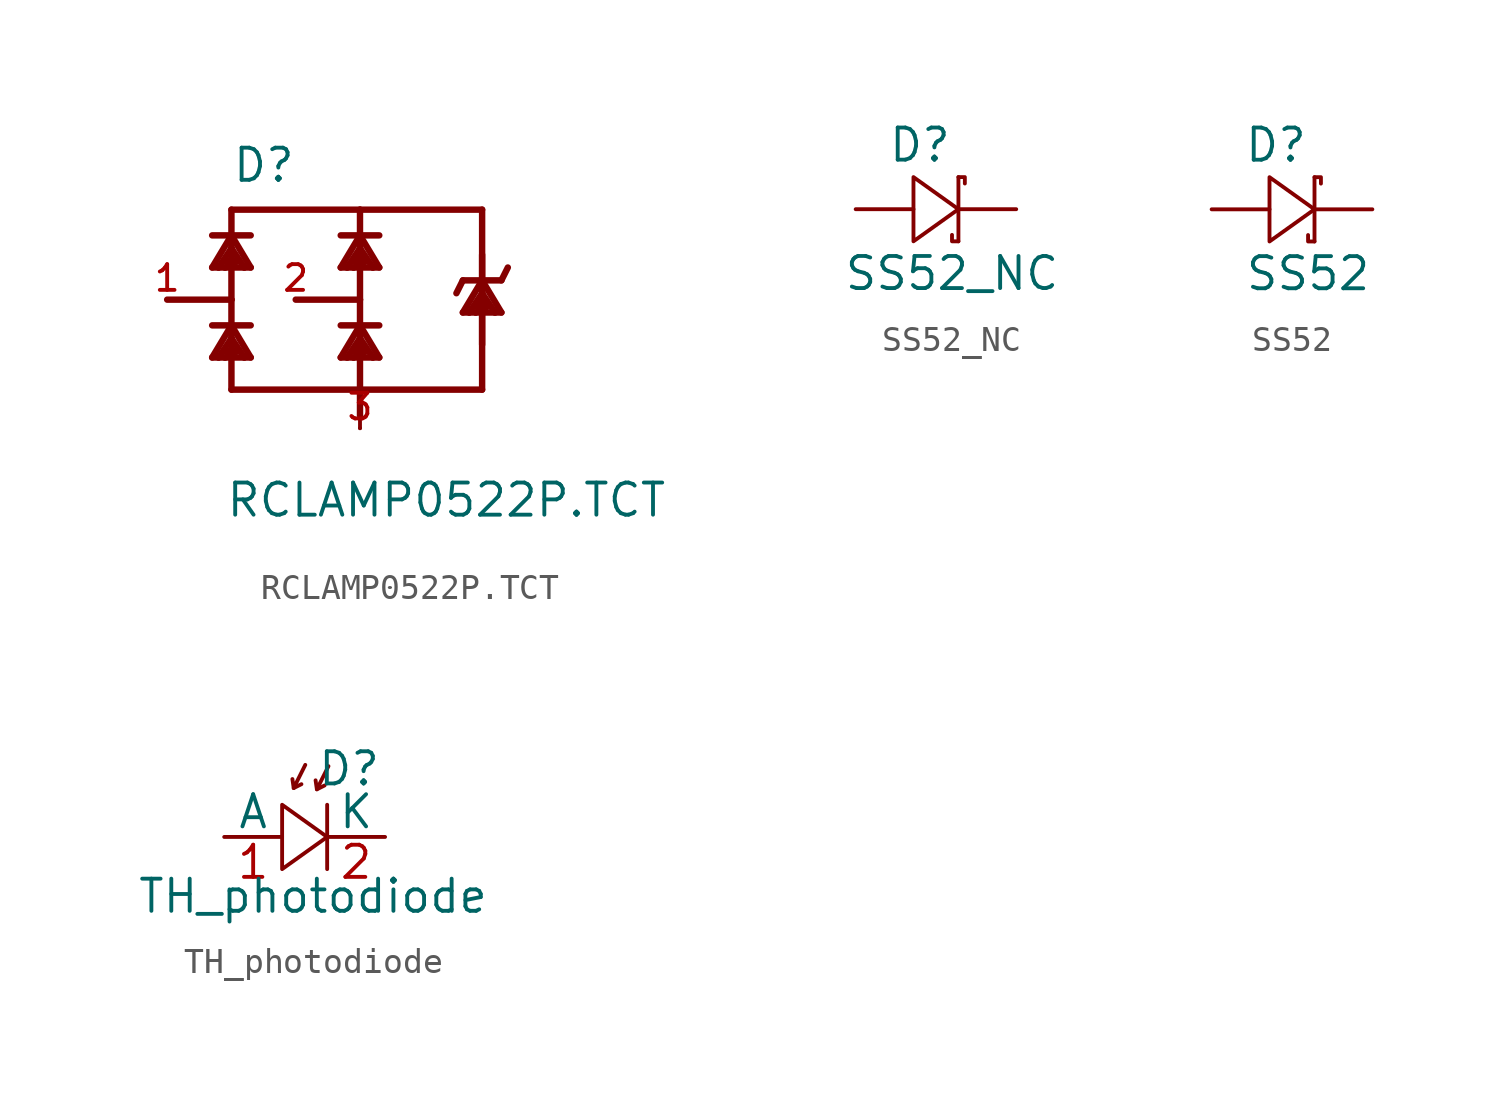
<source format=kicad_sym>
(kicad_symbol_lib
  (version 20211014)
  (generator kicad_symbol_editor)
  (symbol "RCLAMP0522P.TCT"
    (pin_names
      (offset 1.016) hide)
    (property "Reference" "D"
      (at -5.08 4.572 0)
      (effects (font (size 1.27 1.27)) (justify left bottom)))
    (property "Value" "RCLAMP0522P.TCT"
      (at -5.334 -8.661 0)
      (effects (font (size 1.27 1.27)) (justify left bottom)))
    (symbol "RCLAMP0522P.TCT_0_0"
      (polyline (pts (xy -7.62 0) (xy -5.08 0)) (stroke (width 0.254) (type default) (color 0 0 0 0)) (fill (type none)))
      (polyline (pts (xy -5.842 -1.016) (xy -4.318 -1.016)) (stroke (width 0.254) (type default) (color 0 0 0 0)) (fill (type none)))
      (polyline (pts (xy -5.842 2.54) (xy -4.318 2.54)) (stroke (width 0.254) (type default) (color 0 0 0 0)) (fill (type none)))
      (polyline (pts (xy -5.588 -2.286) (xy -5.842 -2.286)) (stroke (width 0.254) (type default) (color 0 0 0 0)) (fill (type none)))
      (polyline (pts (xy -5.588 -2.286) (xy -5.334 -2.286)) (stroke (width 0.254) (type default) (color 0 0 0 0)) (fill (type none)))
      (polyline (pts (xy -5.588 1.27) (xy -5.842 1.27)) (stroke (width 0.254) (type default) (color 0 0 0 0)) (fill (type none)))
      (polyline (pts (xy -5.588 1.27) (xy -5.334 1.27)) (stroke (width 0.254) (type default) (color 0 0 0 0)) (fill (type none)))
      (polyline (pts (xy -5.334 -2.286) (xy -4.826 -2.032)) (stroke (width 0.254) (type default) (color 0 0 0 0)) (fill (type none)))
      (polyline (pts (xy -5.334 -2.286) (xy -4.572 -2.286)) (stroke (width 0.254) (type default) (color 0 0 0 0)) (fill (type none)))
      (polyline (pts (xy -5.334 1.27) (xy -4.826 1.524)) (stroke (width 0.254) (type default) (color 0 0 0 0)) (fill (type none)))
      (polyline (pts (xy -5.334 1.27) (xy -4.572 1.27)) (stroke (width 0.254) (type default) (color 0 0 0 0)) (fill (type none)))
      (polyline (pts (xy -5.08 -3.556) (xy -5.08 -1.524)) (stroke (width 0.254) (type default) (color 0 0 0 0)) (fill (type none)))
      (polyline (pts (xy -5.08 -1.524) (xy -5.588 -2.286)) (stroke (width 0.254) (type default) (color 0 0 0 0)) (fill (type none)))
      (polyline (pts (xy -5.08 -1.524) (xy -5.08 -1.016)) (stroke (width 0.254) (type default) (color 0 0 0 0)) (fill (type none)))
      (polyline (pts (xy -5.08 -1.016) (xy -5.842 -2.286)) (stroke (width 0.254) (type default) (color 0 0 0 0)) (fill (type none)))
      (polyline (pts (xy -5.08 -1.016) (xy -5.08 0)) (stroke (width 0.254) (type default) (color 0 0 0 0)) (fill (type none)))
      (polyline (pts (xy -5.08 -1.016) (xy -4.318 -2.286)) (stroke (width 0.254) (type default) (color 0 0 0 0)) (fill (type none)))
      (polyline (pts (xy -5.08 0) (xy -5.08 2.032)) (stroke (width 0.254) (type default) (color 0 0 0 0)) (fill (type none)))
      (polyline (pts (xy -5.08 2.032) (xy -5.588 1.27)) (stroke (width 0.254) (type default) (color 0 0 0 0)) (fill (type none)))
      (polyline (pts (xy -5.08 2.032) (xy -5.08 2.54)) (stroke (width 0.254) (type default) (color 0 0 0 0)) (fill (type none)))
      (polyline (pts (xy -5.08 2.54) (xy -5.842 1.27)) (stroke (width 0.254) (type default) (color 0 0 0 0)) (fill (type none)))
      (polyline (pts (xy -5.08 2.54) (xy -5.08 3.556)) (stroke (width 0.254) (type default) (color 0 0 0 0)) (fill (type none)))
      (polyline (pts (xy -5.08 2.54) (xy -4.318 1.27)) (stroke (width 0.254) (type default) (color 0 0 0 0)) (fill (type none)))
      (polyline (pts (xy -5.08 3.556) (xy 0 3.556)) (stroke (width 0.254) (type default) (color 0 0 0 0)) (fill (type none)))
      (polyline (pts (xy -4.826 -2.032) (xy -5.334 -2.032)) (stroke (width 0.254) (type default) (color 0 0 0 0)) (fill (type none)))
      (polyline (pts (xy -4.826 1.524) (xy -5.334 1.524)) (stroke (width 0.254) (type default) (color 0 0 0 0)) (fill (type none)))
      (polyline (pts (xy -4.572 -2.286) (xy -5.08 -1.524)) (stroke (width 0.254) (type default) (color 0 0 0 0)) (fill (type none)))
      (polyline (pts (xy -4.572 1.27) (xy -5.08 2.032)) (stroke (width 0.254) (type default) (color 0 0 0 0)) (fill (type none)))
      (polyline (pts (xy -4.318 -2.286) (xy -4.572 -2.286)) (stroke (width 0.254) (type default) (color 0 0 0 0)) (fill (type none)))
      (polyline (pts (xy -4.318 1.27) (xy -4.572 1.27)) (stroke (width 0.254) (type default) (color 0 0 0 0)) (fill (type none)))
      (polyline (pts (xy -2.54 0) (xy 0 0)) (stroke (width 0.254) (type default) (color 0 0 0 0)) (fill (type none)))
      (polyline (pts (xy -0.762 -1.016) (xy 0.762 -1.016)) (stroke (width 0.254) (type default) (color 0 0 0 0)) (fill (type none)))
      (polyline (pts (xy -0.762 2.54) (xy 0.762 2.54)) (stroke (width 0.254) (type default) (color 0 0 0 0)) (fill (type none)))
      (polyline (pts (xy -0.508 -2.286) (xy -0.762 -2.286)) (stroke (width 0.254) (type default) (color 0 0 0 0)) (fill (type none)))
      (polyline (pts (xy -0.508 -2.286) (xy -0.254 -2.286)) (stroke (width 0.254) (type default) (color 0 0 0 0)) (fill (type none)))
      (polyline (pts (xy -0.508 1.27) (xy -0.762 1.27)) (stroke (width 0.254) (type default) (color 0 0 0 0)) (fill (type none)))
      (polyline (pts (xy -0.508 1.27) (xy -0.254 1.27)) (stroke (width 0.254) (type default) (color 0 0 0 0)) (fill (type none)))
      (polyline (pts (xy -0.254 -2.286) (xy 0.254 -2.032)) (stroke (width 0.254) (type default) (color 0 0 0 0)) (fill (type none)))
      (polyline (pts (xy -0.254 -2.286) (xy 0.508 -2.286)) (stroke (width 0.254) (type default) (color 0 0 0 0)) (fill (type none)))
      (polyline (pts (xy -0.254 1.27) (xy 0.254 1.524)) (stroke (width 0.254) (type default) (color 0 0 0 0)) (fill (type none)))
      (polyline (pts (xy -0.254 1.27) (xy 0.508 1.27)) (stroke (width 0.254) (type default) (color 0 0 0 0)) (fill (type none)))
      (polyline (pts (xy 0 -3.556) (xy -5.08 -3.556)) (stroke (width 0.254) (type default) (color 0 0 0 0)) (fill (type none)))
      (polyline (pts (xy 0 -3.556) (xy 0 -4.572)) (stroke (width 0.254) (type default) (color 0 0 0 0)) (fill (type none)))
      (polyline (pts (xy 0 -3.556) (xy 0 -1.524)) (stroke (width 0.254) (type default) (color 0 0 0 0)) (fill (type none)))
      (polyline (pts (xy 0 -1.524) (xy -0.508 -2.286)) (stroke (width 0.254) (type default) (color 0 0 0 0)) (fill (type none)))
      (polyline (pts (xy 0 -1.524) (xy 0 -1.016)) (stroke (width 0.254) (type default) (color 0 0 0 0)) (fill (type none)))
      (polyline (pts (xy 0 -1.016) (xy -0.762 -2.286)) (stroke (width 0.254) (type default) (color 0 0 0 0)) (fill (type none)))
      (polyline (pts (xy 0 -1.016) (xy 0 0)) (stroke (width 0.254) (type default) (color 0 0 0 0)) (fill (type none)))
      (polyline (pts (xy 0 -1.016) (xy 0.762 -2.286)) (stroke (width 0.254) (type default) (color 0 0 0 0)) (fill (type none)))
      (polyline (pts (xy 0 0) (xy 0 2.032)) (stroke (width 0.254) (type default) (color 0 0 0 0)) (fill (type none)))
      (polyline (pts (xy 0 2.032) (xy -0.508 1.27)) (stroke (width 0.254) (type default) (color 0 0 0 0)) (fill (type none)))
      (polyline (pts (xy 0 2.032) (xy 0 2.54)) (stroke (width 0.254) (type default) (color 0 0 0 0)) (fill (type none)))
      (polyline (pts (xy 0 2.54) (xy -0.762 1.27)) (stroke (width 0.254) (type default) (color 0 0 0 0)) (fill (type none)))
      (polyline (pts (xy 0 2.54) (xy 0 3.556)) (stroke (width 0.254) (type default) (color 0 0 0 0)) (fill (type none)))
      (polyline (pts (xy 0 2.54) (xy 0.762 1.27)) (stroke (width 0.254) (type default) (color 0 0 0 0)) (fill (type none)))
      (polyline (pts (xy 0 3.556) (xy 4.826 3.556)) (stroke (width 0.254) (type default) (color 0 0 0 0)) (fill (type none)))
      (polyline (pts (xy 0.254 -2.032) (xy -0.254 -2.032)) (stroke (width 0.254) (type default) (color 0 0 0 0)) (fill (type none)))
      (polyline (pts (xy 0.254 1.524) (xy -0.254 1.524)) (stroke (width 0.254) (type default) (color 0 0 0 0)) (fill (type none)))
      (polyline (pts (xy 0.508 -2.286) (xy 0 -1.524)) (stroke (width 0.254) (type default) (color 0 0 0 0)) (fill (type none)))
      (polyline (pts (xy 0.508 1.27) (xy 0 2.032)) (stroke (width 0.254) (type default) (color 0 0 0 0)) (fill (type none)))
      (polyline (pts (xy 0.762 -2.286) (xy 0.508 -2.286)) (stroke (width 0.254) (type default) (color 0 0 0 0)) (fill (type none)))
      (polyline (pts (xy 0.762 1.27) (xy 0.508 1.27)) (stroke (width 0.254) (type default) (color 0 0 0 0)) (fill (type none)))
      (polyline (pts (xy 4.064 0.762) (xy 3.81 0.254)) (stroke (width 0.254) (type default) (color 0 0 0 0)) (fill (type none)))
      (polyline (pts (xy 4.064 0.762) (xy 5.588 0.762)) (stroke (width 0.254) (type default) (color 0 0 0 0)) (fill (type none)))
      (polyline (pts (xy 4.318 -0.508) (xy 4.064 -0.508)) (stroke (width 0.254) (type default) (color 0 0 0 0)) (fill (type none)))
      (polyline (pts (xy 4.318 -0.508) (xy 4.572 -0.508)) (stroke (width 0.254) (type default) (color 0 0 0 0)) (fill (type none)))
      (polyline (pts (xy 4.572 -0.508) (xy 5.08 -0.254)) (stroke (width 0.254) (type default) (color 0 0 0 0)) (fill (type none)))
      (polyline (pts (xy 4.572 -0.508) (xy 5.334 -0.508)) (stroke (width 0.254) (type default) (color 0 0 0 0)) (fill (type none)))
      (polyline (pts (xy 4.826 -3.556) (xy 0 -3.556)) (stroke (width 0.254) (type default) (color 0 0 0 0)) (fill (type none)))
      (polyline (pts (xy 4.826 -1.778) (xy 4.826 0.254)) (stroke (width 0.254) (type default) (color 0 0 0 0)) (fill (type none)))
      (polyline (pts (xy 4.826 0.254) (xy 4.318 -0.508)) (stroke (width 0.254) (type default) (color 0 0 0 0)) (fill (type none)))
      (polyline (pts (xy 4.826 0.254) (xy 4.826 0.762)) (stroke (width 0.254) (type default) (color 0 0 0 0)) (fill (type none)))
      (polyline (pts (xy 4.826 0.762) (xy 4.064 -0.508)) (stroke (width 0.254) (type default) (color 0 0 0 0)) (fill (type none)))
      (polyline (pts (xy 4.826 0.762) (xy 4.826 1.778)) (stroke (width 0.254) (type default) (color 0 0 0 0)) (fill (type none)))
      (polyline (pts (xy 4.826 0.762) (xy 5.588 -0.508)) (stroke (width 0.254) (type default) (color 0 0 0 0)) (fill (type none)))
      (polyline (pts (xy 4.826 3.556) (xy 4.826 -3.556)) (stroke (width 0.254) (type default) (color 0 0 0 0)) (fill (type none)))
      (polyline (pts (xy 5.08 -0.254) (xy 4.572 -0.254)) (stroke (width 0.254) (type default) (color 0 0 0 0)) (fill (type none)))
      (polyline (pts (xy 5.334 -0.508) (xy 4.826 0.254)) (stroke (width 0.254) (type default) (color 0 0 0 0)) (fill (type none)))
      (polyline (pts (xy 5.588 -0.508) (xy 5.334 -0.508)) (stroke (width 0.254) (type default) (color 0 0 0 0)) (fill (type none)))
      (polyline (pts (xy 5.588 0.762) (xy 5.842 1.27)) (stroke (width 0.254) (type default) (color 0 0 0 0)) (fill (type none)))
      (pin input line (at -7.62 0 0) (length 0) (name "~" (effects (font (size 1.016 1.016)))) (number "1" (effects (font (size 1.016 1.016)))))
      (pin input line (at -2.54 0 0) (length 0) (name "~" (effects (font (size 1.016 1.016)))) (number "2" (effects (font (size 1.016 1.016)))))
      (pin power_in line (at 0 -5.08 0) (length 0) (name "~" (effects (font (size 1.016 1.016)))) (number "3" (effects (font (size 1.016 1.016))))))
    (symbol "RCLAMP0522P.TCT_1_1"
      (polyline (pts (xy 0 -4.572) (xy 0 -5.08)) (stroke (width 0) (type default) (color 0 0 0 0)) (fill (type none)))))
  (symbol "SS52_NC"
    (pin_numbers hide)
    (pin_names
      (offset 1.016) hide)
    (property "Reference" "D"
      (at -1.27 2.54 0)
      (effects (font (size 1.27 1.27))))
    (property "Value" "SS52_NC"
      (at 0 -2.54 0)
      (effects (font (size 1.27 1.27))))
    (symbol "SS52_NC_0_1"
      (polyline (pts (xy 0.254 1.27) (xy 0.254 -1.27)) (stroke (width 0) (type default) (color 0 0 0 0)) (fill (type none)))
      (polyline (pts (xy 0 -1.016) (xy 0 -1.27) (xy 0.254 -1.27)) (stroke (width 0) (type default) (color 0 0 0 0)) (fill (type none)))
      (polyline (pts (xy 0.254 1.27) (xy 0.508 1.27) (xy 0.508 1.016)) (stroke (width 0) (type default) (color 0 0 0 0)) (fill (type none)))
      (polyline (pts (xy -1.524 1.27) (xy -1.524 -1.27) (xy 0.254 0) (xy -1.524 1.27)) (stroke (width 0) (type default) (color 0 0 0 0)) (fill (type none))))
    (symbol "SS52_NC_1_1"
      (pin passive line (at -3.81 0 0) (length 2.286) (name "A" (effects (font (size 1.27 1.27)))) (number "1" (effects (font (size 1.27 1.27)))))
      (pin passive line (at 2.54 0 180) (length 2.286) (name "K" (effects (font (size 1.27 1.27)))) (number "2" (effects (font (size 1.27 1.27)))))))
  (symbol "SS52"
    (pin_numbers hide)
    (pin_names
      (offset 1.016) hide)
    (property "Reference" "D"
      (at -1.27 2.54 0)
      (effects (font (size 1.27 1.27))))
    (property "Value" "SS52"
      (at 0 -2.54 0)
      (effects (font (size 1.27 1.27))))
    (symbol "SS52_0_1"
      (polyline (pts (xy 0.254 1.27) (xy 0.254 -1.27)) (stroke (width 0) (type default) (color 0 0 0 0)) (fill (type none)))
      (polyline (pts (xy 0 -1.016) (xy 0 -1.27) (xy 0.254 -1.27)) (stroke (width 0) (type default) (color 0 0 0 0)) (fill (type none)))
      (polyline (pts (xy 0.254 1.27) (xy 0.508 1.27) (xy 0.508 1.016)) (stroke (width 0) (type default) (color 0 0 0 0)) (fill (type none)))
      (polyline (pts (xy -1.524 1.27) (xy -1.524 -1.27) (xy 0.254 0) (xy -1.524 1.27)) (stroke (width 0) (type default) (color 0 0 0 0)) (fill (type none))))
    (symbol "SS52_1_1"
      (pin passive line (at -3.81 0 0) (length 2.286) (name "A" (effects (font (size 1.27 1.27)))) (number "1" (effects (font (size 1.27 1.27)))))
      (pin passive line (at 2.54 0 180) (length 2.286) (name "K" (effects (font (size 1.27 1.27)))) (number "2" (effects (font (size 1.27 1.27)))))))
  (symbol "TH_photodiode"
    (pin_names
      (offset 0))
    (property "Reference" "D"
      (at 1.118 2.692 0)
      (effects (font (size 1.27 1.27))))
    (property "Value" "TH_photodiode"
      (at -0.305 -2.337 0)
      (effects (font (size 1.27 1.27))))
    (symbol "TH_photodiode_0_1"
      (polyline (pts (xy -1.067 1.93) (xy -0.762 2.083)) (stroke (width 0) (type default) (color 0 0 0 0)) (fill (type none)))
      (polyline (pts (xy -0.61 2.845) (xy -1.067 1.93) (xy -1.118 2.286)) (stroke (width 0) (type default) (color 0 0 0 0)) (fill (type none))))
    (symbol "TH_photodiode_1_1"
      (polyline (pts (xy -0.152 1.88) (xy 0.152 2.032)) (stroke (width 0) (type default) (color 0 0 0 0)) (fill (type none)))
      (polyline (pts (xy 0.254 1.27) (xy 0.254 -1.27)) (stroke (width 0) (type default) (color 0 0 0 0)) (fill (type none)))
      (polyline (pts (xy 0.305 2.794) (xy -0.152 1.88) (xy -0.203 2.235)) (stroke (width 0) (type default) (color 0 0 0 0)) (fill (type none)))
      (polyline (pts (xy -1.524 1.27) (xy -1.524 -1.27) (xy 0.254 0) (xy -1.524 1.27)) (stroke (width 0) (type default) (color 0 0 0 0)) (fill (type none)))
      (pin passive line (at -3.81 0 0) (length 2.286) (name "A" (effects (font (size 1.27 1.27)))) (number "1" (effects (font (size 1.27 1.27)))))
      (pin passive line (at 2.54 0 180) (length 2.286) (name "K" (effects (font (size 1.27 1.27)))) (number "2" (effects (font (size 1.27 1.27))))))))
</source>
